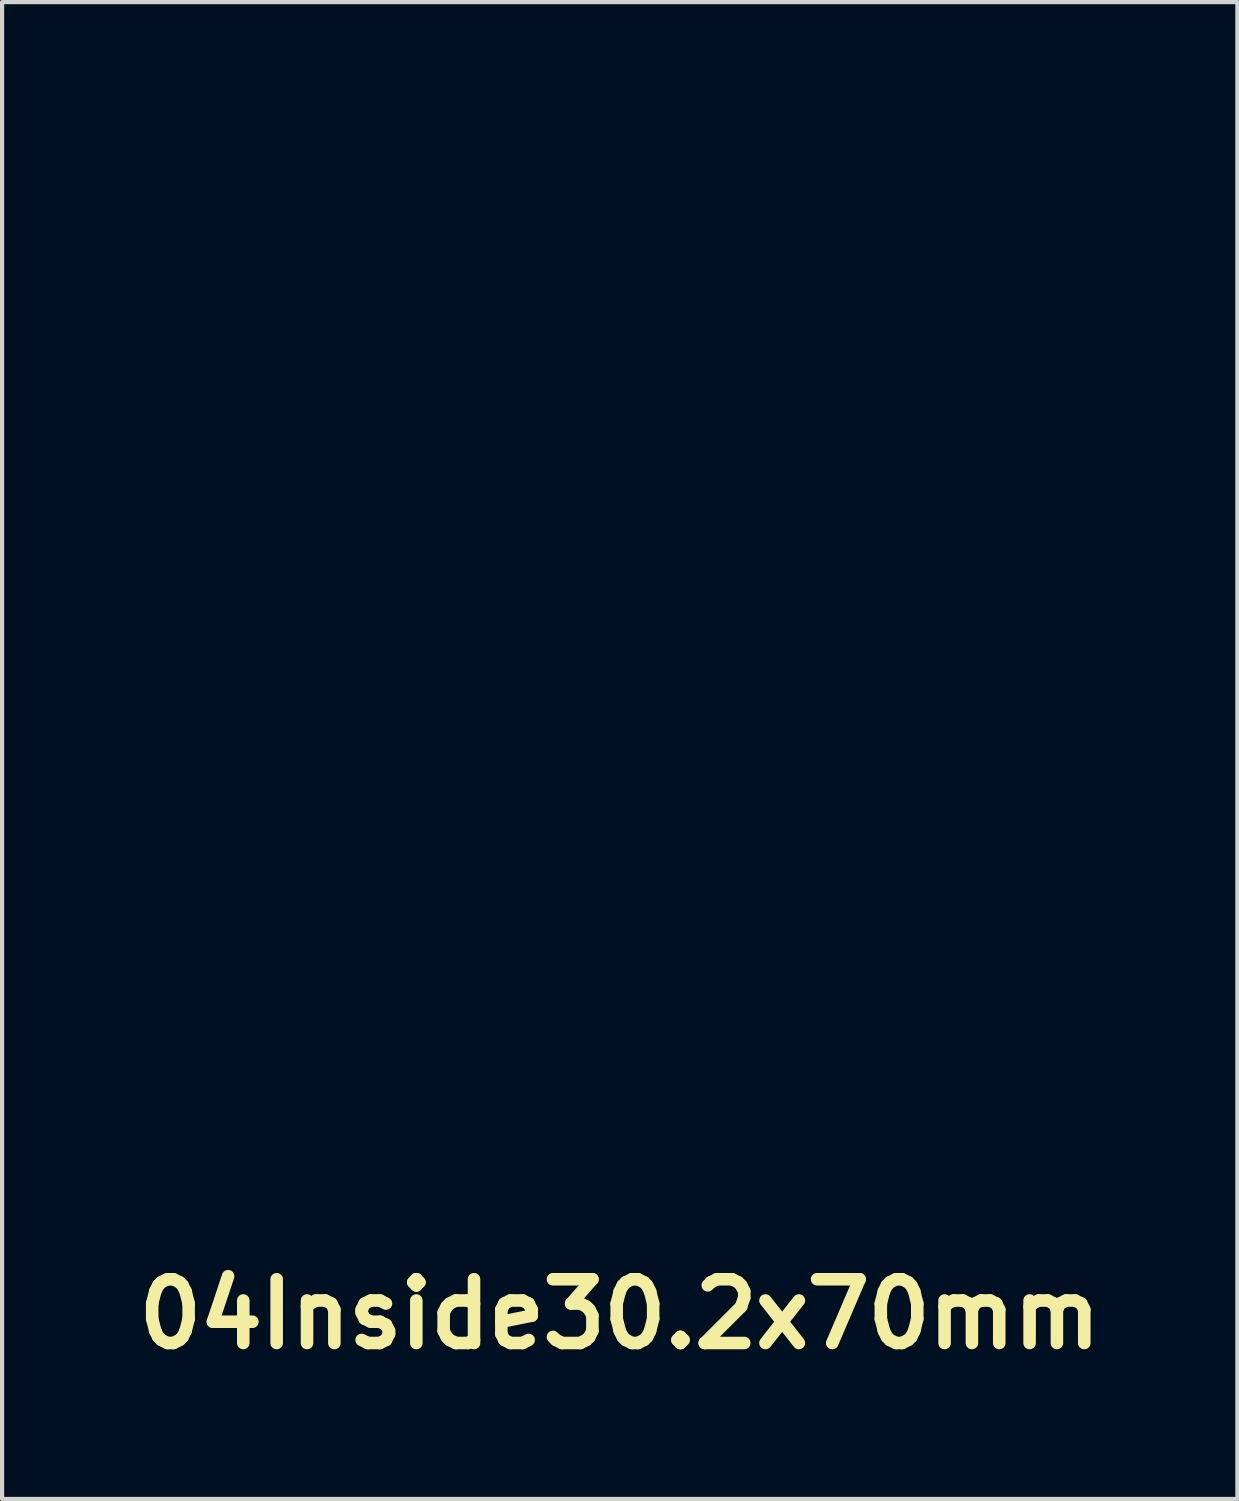
<source format=kicad_pcb>
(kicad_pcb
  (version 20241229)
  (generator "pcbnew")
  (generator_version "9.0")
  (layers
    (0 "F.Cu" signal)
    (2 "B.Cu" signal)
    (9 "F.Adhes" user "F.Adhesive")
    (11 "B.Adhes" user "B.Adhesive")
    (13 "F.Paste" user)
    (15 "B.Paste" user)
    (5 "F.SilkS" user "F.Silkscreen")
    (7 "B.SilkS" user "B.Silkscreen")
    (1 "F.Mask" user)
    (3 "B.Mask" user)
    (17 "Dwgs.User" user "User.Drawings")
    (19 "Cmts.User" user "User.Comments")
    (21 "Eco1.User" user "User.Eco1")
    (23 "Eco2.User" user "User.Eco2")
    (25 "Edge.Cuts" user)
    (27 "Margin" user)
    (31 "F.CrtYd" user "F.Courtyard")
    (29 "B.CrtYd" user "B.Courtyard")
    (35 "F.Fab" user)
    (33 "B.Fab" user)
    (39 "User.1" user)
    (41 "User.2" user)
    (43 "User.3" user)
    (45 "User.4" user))
  (footprint "04Inside30.2x70mm"
    (layer "F.Cu")
    (at 11.764 28.363)
    (property "Reference" "04Inside30.2x70mm" (at 0 0 0) (layer "F.SilkS") (effects (font (size 1.524 1.524) (thickness 0.3))))
    (attr board_only exclude_from_pos_files exclude_from_bom)
    (fp_poly (pts (xy -9.473 -24.526) (xy -8.696 -24.354) (xy -7.81 -24.055) (xy -6.855 -23.647) (xy -5.867 -23.145) (xy -4.916 -22.585) (xy -4.353 -22.23) (xy -4.763 -22.235) (xy -5.06 -22.266) (xy -5.472 -22.342) (xy -5.917 -22.45) (xy -5.992 -22.47) (xy -6.798 -22.728) (xy -7.589 -23.038) (xy -8.326 -23.383) (xy -8.97 -23.742) (xy -9.483 -24.096) (xy -9.78 -24.37) (xy -9.985 -24.601)) (stroke (width 0) (type solid)) (fill yes) (layer "F.Mask"))
    (fp_poly (pts (xy 2.708 -27.653) (xy 2.904 -26.714) (xy 2.943 -25.652) (xy 2.824 -24.475) (xy 2.766 -24.145) (xy 2.676 -23.68) (xy 2.596 -23.298) (xy 2.537 -23.039) (xy 2.507 -22.942) (xy 2.506 -22.942) (xy 2.47 -23.034) (xy 2.401 -23.276) (xy 2.315 -23.62) (xy 2.3 -23.684) (xy 2.144 -24.553) (xy 2.071 -25.444) (xy 2.079 -26.307) (xy 2.168 -27.093) (xy 2.336 -27.753) (xy 2.398 -27.909) (xy 2.531 -28.217)) (stroke (width 0) (type solid)) (fill yes) (layer "F.Mask"))
    (fp_poly (pts (xy 0.2 -27.858) (xy 0.532 -27.4) (xy 0.873 -26.787) (xy 1.2 -26.067) (xy 1.493 -25.287) (xy 1.73 -24.495) (xy 1.746 -24.433) (xy 1.861 -23.957) (xy 1.952 -23.553) (xy 2.009 -23.262) (xy 2.024 -23.126) (xy 2.024 -23.124) (xy 1.959 -23.16) (xy 1.815 -23.334) (xy 1.619 -23.612) (xy 1.574 -23.681) (xy 0.934 -24.741) (xy 0.458 -25.717) (xy 0.137 -26.633) (xy -0.039 -27.514) (xy -0.049 -27.602) (xy -0.115 -28.217)) (stroke (width 0) (type solid)) (fill yes) (layer "F.Mask"))
    (fp_poly (pts (xy -7.961 -26.36) (xy -7.728 -26.267) (xy -7.475 -26.148) (xy -7.016 -25.856) (xy -6.49 -25.416) (xy -5.927 -24.859) (xy -5.357 -24.218) (xy -4.811 -23.524) (xy -4.317 -22.81) (xy -4.287 -22.763) (xy -4.163 -22.552) (xy -4.114 -22.437) (xy -4.118 -22.43) (xy -4.213 -22.484) (xy -4.443 -22.631) (xy -4.772 -22.849) (xy -5.149 -23.103) (xy -5.85 -23.628) (xy -6.515 -24.215) (xy -7.104 -24.825) (xy -7.577 -25.415) (xy -7.82 -25.8) (xy -7.968 -26.091) (xy -8.056 -26.302) (xy -8.068 -26.379)) (stroke (width 0) (type solid)) (fill yes) (layer "F.Mask"))
    (fp_poly (pts (xy 8.29 -28.237) (xy 8.257 -28.047) (xy 8.09 -27.708) (xy 7.79 -27.22) (xy 7.692 -27.071) (xy 6.985 -26.123) (xy 6.131 -25.159) (xy 5.175 -24.227) (xy 4.391 -23.556) (xy 4.003 -23.247) (xy 3.674 -22.992) (xy 3.436 -22.814) (xy 3.321 -22.738) (xy 3.317 -22.737) (xy 3.347 -22.815) (xy 3.474 -23.024) (xy 3.676 -23.33) (xy 3.848 -23.582) (xy 4.787 -24.871) (xy 5.697 -25.998) (xy 6.569 -26.954) (xy 7.393 -27.726) (xy 7.59 -27.889) (xy 7.956 -28.159) (xy 8.189 -28.274)) (stroke (width 0) (type solid)) (fill yes) (layer "F.Mask"))
    (fp_poly (pts (xy -8.71 -22.397) (xy -7.974 -22.353) (xy -7.228 -22.286) (xy -6.499 -22.198) (xy -5.815 -22.09) (xy -5.202 -21.962) (xy -4.879 -21.876) (xy -4.455 -21.751) (xy -5.384 -21.629) (xy -6.008 -21.57) (xy -6.743 -21.534) (xy -7.532 -21.521) (xy -8.316 -21.532) (xy -9.041 -21.566) (xy -9.648 -21.622) (xy -9.898 -21.659) (xy -10.486 -21.779) (xy -10.942 -21.9) (xy -11.243 -22.014) (xy -11.367 -22.115) (xy -11.369 -22.127) (xy -11.272 -22.24) (xy -11 -22.325) (xy -10.58 -22.382) (xy -10.04 -22.413) (xy -9.408 -22.417)) (stroke (width 0) (type solid)) (fill yes) (layer "F.Mask"))
    (fp_poly (pts (xy -3.687 -28.071) (xy -3.569 -27.815) (xy -3.444 -27.437) (xy -3.324 -26.979) (xy -3.222 -26.481) (xy -3.159 -26.063) (xy -3.097 -25.371) (xy -3.101 -24.74) (xy -3.158 -24.13) (xy -3.236 -23.536) (xy -3.304 -23.14) (xy -3.368 -22.936) (xy -3.435 -22.918) (xy -3.513 -23.079) (xy -3.608 -23.413) (xy -3.671 -23.672) (xy -3.853 -24.486) (xy -3.978 -25.162) (xy -4.054 -25.758) (xy -4.091 -26.331) (xy -4.096 -26.691) (xy -4.076 -27.213) (xy -4.021 -27.654) (xy -3.938 -27.978) (xy -3.834 -28.148) (xy -3.787 -28.165)) (stroke (width 0) (type solid)) (fill yes) (layer "F.Mask"))
    (fp_poly (pts (xy -2.996 -28.146) (xy -2.63 -27.891) (xy -2.17 -27.494) (xy -1.64 -26.981) (xy -1.062 -26.376) (xy -0.461 -25.706) (xy 0.139 -24.995) (xy 0.715 -24.268) (xy 0.942 -23.966) (xy 1.337 -23.417) (xy 1.596 -23.018) (xy 1.719 -22.771) (xy 1.72 -22.682) (xy 1.627 -22.722) (xy 1.413 -22.86) (xy 1.117 -23.069) (xy 1.01 -23.149) (xy 0.477 -23.584) (xy -0.105 -24.123) (xy -0.709 -24.733) (xy -1.309 -25.383) (xy -1.877 -26.043) (xy -2.385 -26.682) (xy -2.807 -27.267) (xy -3.116 -27.769) (xy -3.23 -28.005) (xy -3.38 -28.363)) (stroke (width 0) (type solid)) (fill yes) (layer "F.Mask"))
    (fp_poly (pts (xy 5.09 -27.927) (xy 5.067 -27.649) (xy 4.998 -27.273) (xy 4.889 -26.83) (xy 4.75 -26.354) (xy 4.587 -25.874) (xy 4.407 -25.424) (xy 4.278 -25.148) (xy 4.123 -24.857) (xy 3.915 -24.494) (xy 3.679 -24.096) (xy 3.438 -23.705) (xy 3.218 -23.357) (xy 3.043 -23.094) (xy 2.936 -22.955) (xy 2.918 -22.942) (xy 2.923 -23.033) (xy 2.965 -23.27) (xy 3.033 -23.582) (xy 3.328 -24.746) (xy 3.638 -25.726) (xy 3.971 -26.541) (xy 4.334 -27.213) (xy 4.415 -27.338) (xy 4.638 -27.658) (xy 4.837 -27.919) (xy 4.967 -28.063) (xy 5.059 -28.076)) (stroke (width 0) (type solid)) (fill yes) (layer "F.Mask"))
    (fp_poly (pts (xy -5.957 -28.228) (xy -5.778 -28.005) (xy -5.657 -27.846) (xy -5.4 -27.463) (xy -5.125 -26.984) (xy -4.888 -26.505) (xy -4.863 -26.448) (xy -4.729 -26.108) (xy -4.572 -25.663) (xy -4.405 -25.153) (xy -4.239 -24.616) (xy -4.085 -24.092) (xy -3.955 -23.621) (xy -3.861 -23.24) (xy -3.814 -22.99) (xy -3.815 -22.918) (xy -3.879 -22.961) (xy -4.028 -23.142) (xy -4.238 -23.43) (xy -4.375 -23.631) (xy -4.789 -24.304) (xy -5.172 -25.027) (xy -5.51 -25.766) (xy -5.789 -26.484) (xy -5.994 -27.143) (xy -6.111 -27.707) (xy -6.126 -28.138) (xy -6.103 -28.277) (xy -6.056 -28.312)) (stroke (width 0) (type solid)) (fill yes) (layer "F.Mask")))
  (gr_rect
    (start -3 -3)
    (end 26.528 32.781)
    (stroke (width 0.1) (type default))
    (fill no)
    (layer "Edge.Cuts")))
</source>
